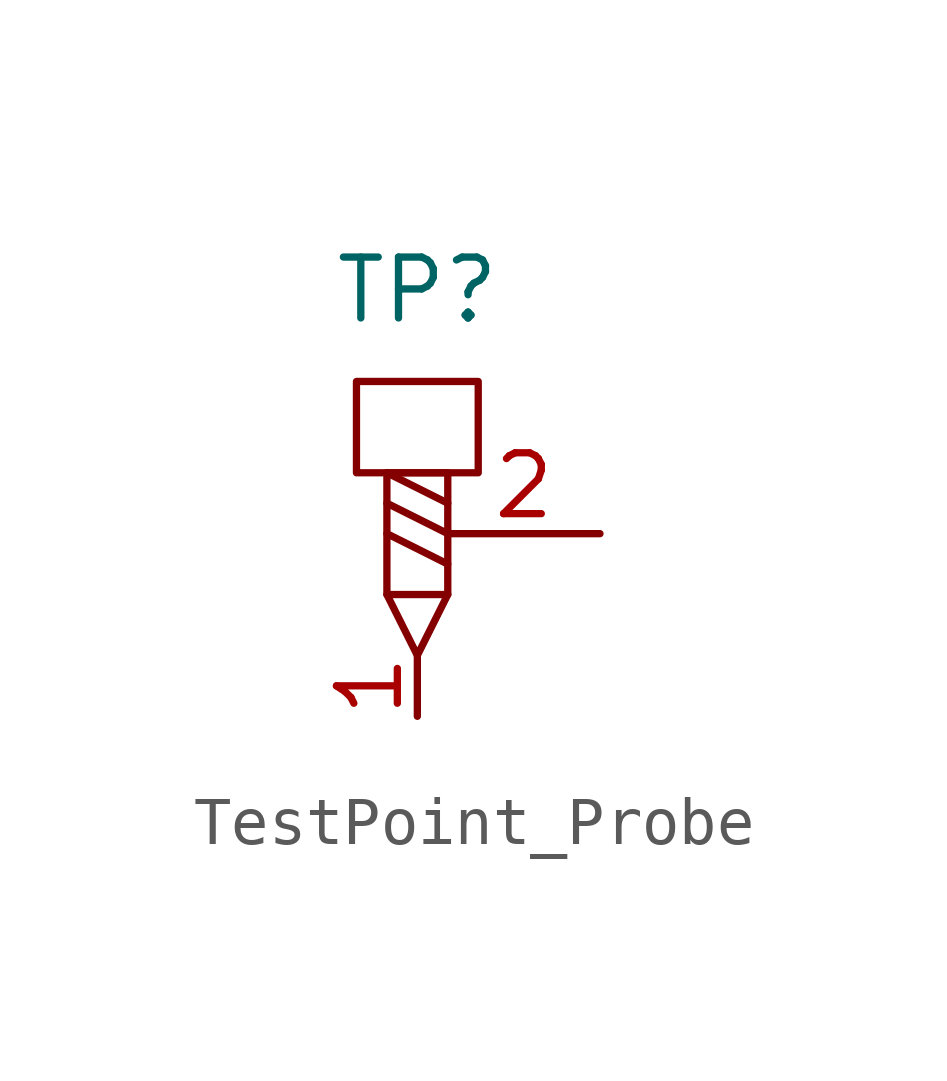
<source format=kicad_sym>
(kicad_symbol_lib
  (version 20231120)
  (generator "kicad_symbol_editor")
  (generator_version "8.0")
  (symbol "TestPoint_Probe"
    (pin_names
      (offset 0.762) hide)
    (property "Reference" "TP"
      (at 0 8.89 0)
      (effects (font (size 1.27 1.27))))
    (property "Name" ""
      (at 0 0 0)
      (effects (font (size 1.27 1.27))))
    (symbol "TestPoint_Probe_0_1"
      (rectangle (start -1.27 6.985) (end 1.27 5.08) (stroke (width 0) (type default)) (fill (type none)))
      (polyline (pts (xy -0.635 3.81) (xy 0.635 3.175)) (stroke (width 0) (type default)) (fill (type none)))
      (polyline (pts (xy -0.635 4.445) (xy 0.635 3.81)) (stroke (width 0) (type default)) (fill (type none)))
      (polyline (pts (xy -0.635 5.08) (xy 0.635 4.445)) (stroke (width 0) (type default)) (fill (type none)))
      (polyline (pts (xy -0.635 2.54) (xy -0.635 5.08) (xy 0.635 5.08) (xy 0.635 2.54)) (stroke (width 0) (type default)) (fill (type none)))
      (polyline (pts (xy 0 1.27) (xy -0.635 2.54) (xy 0.635 2.54) (xy 0 1.27)) (stroke (width 0) (type default)) (fill (type none)))
      (pin passive line (at 0 0 90) (length 1.27) (name "1" (effects (font (size 1.27 1.27)))) (number "1" (effects (font (size 1.27 1.27)))))
      (pin passive line (at 3.81 3.81 180) (length 3.175) (name "2" (effects (font (size 1.27 1.27)))) (number "2" (effects (font (size 1.27 1.27))))))))
</source>
